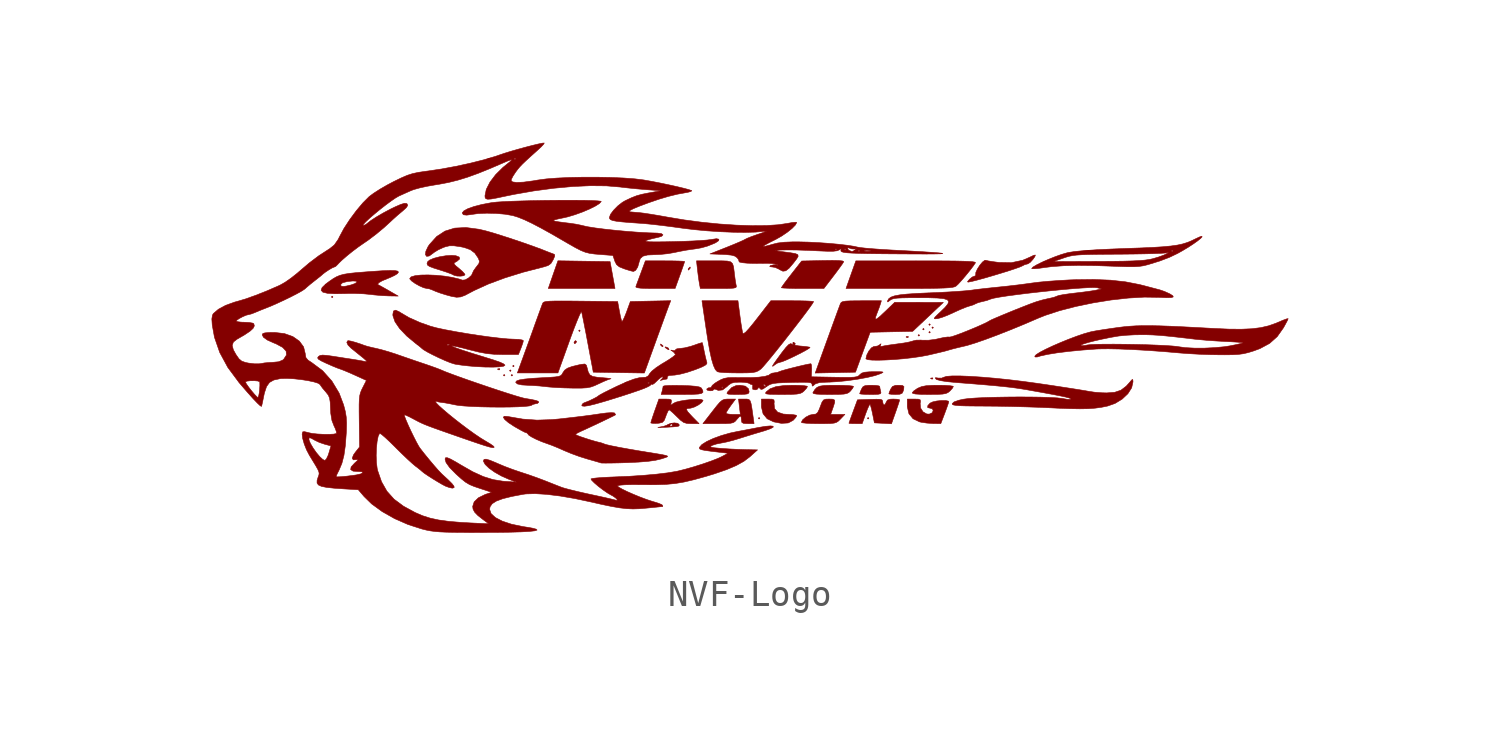
<source format=kicad_sym>
(kicad_symbol_lib
  (version 20220914)
  (generator kicad_symbol_editor)
  (symbol "NVF-Logo"
    (pin_names
      (offset 1.016))
    (property "Reference" "#G"
      (at 0 28.695 0)
      (effects (font (size 1.27 1.27)) hide))
    (symbol "NVF-Logo_0_0"
      (polyline (pts (xy -16.014 5.895) (xy -16.044 5.925) (xy -16.073 5.895) (xy -16.044 5.866) (xy -16.014 5.895)) (stroke (width 0.01) (type default)) (fill (type outline)))
      (polyline (pts (xy -9.444 2.904) (xy -9.474 2.933) (xy -9.503 2.904) (xy -9.474 2.874) (xy -9.444 2.904)) (stroke (width 0.01) (type default)) (fill (type outline)))
      (polyline (pts (xy -9.21 3.08) (xy -9.239 3.109) (xy -9.268 3.08) (xy -9.239 3.05) (xy -9.21 3.08)) (stroke (width 0.01) (type default)) (fill (type outline)))
      (polyline (pts (xy -9.151 2.904) (xy -9.18 2.933) (xy -9.21 2.904) (xy -9.18 2.874) (xy -9.151 2.904)) (stroke (width 0.01) (type default)) (fill (type outline)))
      (polyline (pts (xy -9.092 3.256) (xy -9.122 3.285) (xy -9.151 3.256) (xy -9.122 3.226) (xy -9.092 3.256)) (stroke (width 0.01) (type default)) (fill (type outline)))
      (polyline (pts (xy -6.57 4.605) (xy -6.599 4.634) (xy -6.629 4.605) (xy -6.599 4.575) (xy -6.57 4.605)) (stroke (width 0.01) (type default)) (fill (type outline)))
      (polyline (pts (xy 0.293 1.261) (xy 0.264 1.29) (xy 0.235 1.261) (xy 0.264 1.232) (xy 0.293 1.261)) (stroke (width 0.01) (type default)) (fill (type outline)))
      (polyline (pts (xy 4.458 1.261) (xy 4.429 1.29) (xy 4.4 1.261) (xy 4.429 1.232) (xy 4.458 1.261)) (stroke (width 0.01) (type default)) (fill (type outline)))
      (polyline (pts (xy 6.394 4.429) (xy 6.365 4.458) (xy 6.335 4.429) (xy 6.365 4.399) (xy 6.394 4.429)) (stroke (width 0.01) (type default)) (fill (type outline)))
      (polyline (pts (xy 6.57 4.663) (xy 6.541 4.693) (xy 6.511 4.663) (xy 6.541 4.634) (xy 6.57 4.663)) (stroke (width 0.01) (type default)) (fill (type outline)))
      (polyline (pts (xy 6.805 4.546) (xy 6.775 4.575) (xy 6.746 4.546) (xy 6.775 4.517) (xy 6.805 4.546)) (stroke (width 0.01) (type default)) (fill (type outline)))
      (polyline (pts (xy 6.805 4.84) (xy 6.775 4.869) (xy 6.746 4.84) (xy 6.775 4.81) (xy 6.805 4.84)) (stroke (width 0.01) (type default)) (fill (type outline)))
      (polyline (pts (xy 6.922 4.722) (xy 6.893 4.752) (xy 6.863 4.722) (xy 6.893 4.693) (xy 6.922 4.722)) (stroke (width 0.01) (type default)) (fill (type outline)))
      (polyline (pts (xy -9.648 3.113) (xy -9.64 3.148) (xy -9.648 3.155) (xy -9.718 3.148) (xy -9.727 3.131) (xy -9.679 3.109) (xy -9.648 3.113)) (stroke (width 0.01) (type default)) (fill (type outline)))
      (polyline (pts (xy 5.956 4.345) (xy 5.964 4.38) (xy 5.955 4.387) (xy 5.886 4.38) (xy 5.877 4.362) (xy 5.925 4.341) (xy 5.956 4.345)) (stroke (width 0.01) (type default)) (fill (type outline)))
      (polyline (pts (xy 6.894 2.761) (xy 6.902 2.796) (xy 6.894 2.803) (xy 6.824 2.796) (xy 6.815 2.779) (xy 6.863 2.757) (xy 6.894 2.761)) (stroke (width 0.01) (type default)) (fill (type outline)))
      (polyline (pts (xy -3.402 4.015) (xy -3.408 4.028) (xy -3.47 4.082) (xy -3.503 4.097) (xy -3.496 4.057) (xy -3.488 4.045) (xy -3.43 3.991) (xy -3.402 4.015)) (stroke (width 0.01) (type default)) (fill (type outline)))
      (polyline (pts (xy -3.197 3.93) (xy -3.209 3.946) (xy -3.303 3.988) (xy -3.33 3.977) (xy -3.285 3.93) (xy -3.232 3.897) (xy -3.176 3.877) (xy -3.197 3.93)) (stroke (width 0.01) (type default)) (fill (type outline)))
      (polyline (pts (xy -6.769 4.109) (xy -6.717 4.165) (xy -6.707 4.188) (xy -6.742 4.224) (xy -6.76 4.221) (xy -6.805 4.165) (xy -6.804 4.152) (xy -6.779 4.106) (xy -6.769 4.109)) (stroke (width 0.01) (type default)) (fill (type outline)))
      (polyline (pts (xy -5.334 6.731) (xy -5.428 7.245) (xy -6.425 7.26) (xy -7.42 7.276) (xy -7.605 6.747) (xy -7.789 6.218) (xy -6.515 6.218) (xy -5.24 6.218) (xy -5.334 6.731)) (stroke (width 0.01) (type default)) (fill (type outline)))
      (polyline (pts (xy -2.431 6.925) (xy -2.376 6.981) (xy -2.365 7.001) (xy -2.369 7.039) (xy -2.379 7.037) (xy -2.434 6.981) (xy -2.445 6.96) (xy -2.441 6.922) (xy -2.431 6.925)) (stroke (width 0.01) (type default)) (fill (type outline)))
      (polyline (pts (xy 1.623 4.049) (xy 1.643 4.106) (xy 1.64 4.122) (xy 1.58 4.165) (xy 1.559 4.16) (xy 1.554 4.106) (xy 1.567 4.089) (xy 1.617 4.048) (xy 1.623 4.049)) (stroke (width 0.01) (type default)) (fill (type outline)))
      (polyline (pts (xy 5.641 2.179) (xy 5.729 2.218) (xy 5.77 2.302) (xy 5.788 2.372) (xy 5.796 2.475) (xy 5.735 2.515) (xy 5.582 2.522) (xy 5.472 2.517) (xy 5.359 2.475) (xy 5.289 2.373) (xy 5.242 2.264) (xy 5.221 2.197) (xy 5.231 2.189) (xy 5.323 2.176) (xy 5.478 2.17) (xy 5.641 2.179)) (stroke (width 0.01) (type default)) (fill (type outline)))
      (polyline (pts (xy -0.524 2.171) (xy -0.311 2.175) (xy -0.188 2.19) (xy -0.131 2.222) (xy -0.117 2.276) (xy -0.142 2.387) (xy -0.259 2.488) (xy -0.47 2.522) (xy -0.612 2.51) (xy -0.78 2.436) (xy -0.934 2.273) (xy -0.953 2.246) (xy -0.963 2.205) (xy -0.915 2.182) (xy -0.788 2.172) (xy -0.564 2.17) (xy -0.524 2.171)) (stroke (width 0.01) (type default)) (fill (type outline)))
      (polyline (pts (xy 4.64 2.171) (xy 4.808 2.176) (xy 4.893 2.195) (xy 4.918 2.234) (xy 4.906 2.302) (xy 4.884 2.392) (xy 4.87 2.478) (xy 4.844 2.496) (xy 4.73 2.515) (xy 4.556 2.522) (xy 4.453 2.521) (xy 4.309 2.506) (xy 4.228 2.461) (xy 4.174 2.373) (xy 4.128 2.264) (xy 4.106 2.197) (xy 4.107 2.196) (xy 4.171 2.183) (xy 4.319 2.174) (xy 4.524 2.17) (xy 4.64 2.171)) (stroke (width 0.01) (type default)) (fill (type outline)))
      (polyline (pts (xy -2.577 2.171) (xy -2.268 2.174) (xy -2.058 2.186) (xy -1.934 2.211) (xy -1.881 2.252) (xy -1.886 2.316) (xy -1.934 2.405) (xy -1.949 2.423) (xy -2.022 2.458) (xy -2.159 2.483) (xy -2.378 2.501) (xy -2.696 2.513) (xy -2.705 2.513) (xy -2.977 2.516) (xy -3.198 2.512) (xy -3.348 2.501) (xy -3.403 2.483) (xy -3.411 2.426) (xy -3.439 2.302) (xy -3.475 2.17) (xy -2.676 2.17) (xy -2.577 2.171)) (stroke (width 0.01) (type default)) (fill (type outline)))
      (polyline (pts (xy -2.763 6.72) (xy -2.722 6.832) (xy -2.65 7.037) (xy -2.6 7.184) (xy -2.581 7.248) (xy -2.582 7.249) (xy -2.653 7.259) (xy -2.816 7.267) (xy -3.049 7.272) (xy -3.33 7.274) (xy -4.08 7.274) (xy -4.248 6.819) (xy -4.271 6.756) (xy -4.35 6.543) (xy -4.411 6.378) (xy -4.443 6.291) (xy -4.441 6.271) (xy -4.386 6.246) (xy -4.254 6.229) (xy -4.032 6.221) (xy -3.707 6.218) (xy -2.944 6.218) (xy -2.763 6.72)) (stroke (width 0.01) (type default)) (fill (type outline)))
      (polyline (pts (xy 3.105 6.696) (xy 3.213 6.839) (xy 3.352 7.027) (xy 3.452 7.168) (xy 3.496 7.239) (xy 3.497 7.244) (xy 3.45 7.27) (xy 3.307 7.285) (xy 3.061 7.29) (xy 2.706 7.285) (xy 1.89 7.268) (xy 1.502 6.773) (xy 1.375 6.609) (xy 1.24 6.431) (xy 1.149 6.303) (xy 1.115 6.248) (xy 1.121 6.244) (xy 1.209 6.234) (xy 1.387 6.226) (xy 1.633 6.22) (xy 1.927 6.218) (xy 2.739 6.218) (xy 3.105 6.696)) (stroke (width 0.01) (type default)) (fill (type outline)))
      (polyline (pts (xy -1.133 6.218) (xy -0.883 6.221) (xy -0.724 6.23) (xy -0.637 6.248) (xy -0.605 6.277) (xy -0.608 6.321) (xy -0.621 6.383) (xy -0.648 6.546) (xy -0.675 6.746) (xy -0.688 6.863) (xy -0.712 7.048) (xy -0.75 7.167) (xy -0.822 7.235) (xy -0.948 7.266) (xy -1.15 7.274) (xy -1.449 7.274) (xy -2.127 7.274) (xy -2.086 6.907) (xy -2.065 6.735) (xy -2.036 6.525) (xy -2.012 6.379) (xy -1.98 6.218) (xy -1.279 6.218) (xy -1.133 6.218)) (stroke (width 0.01) (type default)) (fill (type outline)))
      (polyline (pts (xy 1.259 2.171) (xy 1.526 2.174) (xy 1.706 2.185) (xy 1.826 2.207) (xy 1.908 2.243) (xy 1.976 2.298) (xy 1.979 2.301) (xy 2.073 2.404) (xy 2.112 2.474) (xy 2.092 2.487) (xy 1.981 2.505) (xy 1.792 2.518) (xy 1.553 2.522) (xy 1.212 2.511) (xy 0.905 2.468) (xy 0.684 2.388) (xy 0.535 2.268) (xy 0.519 2.245) (xy 0.511 2.211) (xy 0.554 2.189) (xy 0.663 2.177) (xy 0.855 2.172) (xy 1.148 2.17) (xy 1.259 2.171)) (stroke (width 0.01) (type default)) (fill (type outline)))
      (polyline (pts (xy 1.378 1.082) (xy 1.565 1.183) (xy 1.569 1.187) (xy 1.662 1.289) (xy 1.701 1.359) (xy 1.672 1.379) (xy 1.555 1.4) (xy 1.379 1.408) (xy 1.186 1.422) (xy 0.971 1.496) (xy 0.853 1.63) (xy 0.835 1.824) (xy 0.843 1.886) (xy 0.832 1.961) (xy 0.763 1.99) (xy 0.606 1.994) (xy 0.352 1.994) (xy 0.352 1.734) (xy 0.353 1.693) (xy 0.416 1.433) (xy 0.573 1.241) (xy 0.821 1.123) (xy 1.117 1.066) (xy 1.378 1.082)) (stroke (width 0.01) (type default)) (fill (type outline)))
      (polyline (pts (xy 3.063 2.171) (xy 3.325 2.174) (xy 3.501 2.184) (xy 3.615 2.206) (xy 3.691 2.243) (xy 3.752 2.299) (xy 3.835 2.402) (xy 3.872 2.475) (xy 3.826 2.492) (xy 3.684 2.508) (xy 3.47 2.518) (xy 3.206 2.522) (xy 2.978 2.521) (xy 2.741 2.512) (xy 2.581 2.487) (xy 2.474 2.439) (xy 2.396 2.361) (xy 2.323 2.244) (xy 2.318 2.229) (xy 2.352 2.201) (xy 2.46 2.183) (xy 2.657 2.173) (xy 2.957 2.17) (xy 3.063 2.171)) (stroke (width 0.01) (type default)) (fill (type outline)))
      (polyline (pts (xy 6.808 2.171) (xy 7.084 2.173) (xy 7.271 2.184) (xy 7.394 2.205) (xy 7.479 2.242) (xy 7.549 2.298) (xy 7.552 2.301) (xy 7.646 2.404) (xy 7.685 2.474) (xy 7.662 2.487) (xy 7.547 2.505) (xy 7.355 2.518) (xy 7.112 2.522) (xy 6.881 2.519) (xy 6.643 2.503) (xy 6.472 2.47) (xy 6.338 2.414) (xy 6.303 2.395) (xy 6.176 2.308) (xy 6.114 2.239) (xy 6.135 2.209) (xy 6.24 2.187) (xy 6.443 2.174) (xy 6.752 2.17) (xy 6.808 2.171)) (stroke (width 0.01) (type default)) (fill (type outline)))
      (polyline (pts (xy 0.86 3.3) (xy 0.958 3.366) (xy 1.071 3.402) (xy 1.139 3.42) (xy 1.283 3.477) (xy 1.472 3.563) (xy 1.682 3.664) (xy 1.885 3.767) (xy 2.058 3.861) (xy 2.175 3.933) (xy 2.21 3.969) (xy 2.18 3.98) (xy 2.058 3.999) (xy 1.882 4.016) (xy 1.773 4.027) (xy 1.604 4.059) (xy 1.504 4.099) (xy 1.469 4.112) (xy 1.397 4.077) (xy 1.289 3.966) (xy 1.133 3.768) (xy 1.091 3.71) (xy 0.953 3.522) (xy 0.846 3.371) (xy 0.79 3.285) (xy 0.781 3.268) (xy 0.784 3.242) (xy 0.86 3.3)) (stroke (width 0.01) (type default)) (fill (type outline)))
      (polyline (pts (xy -3.344 0.915) (xy -3.255 0.919) (xy -3.021 0.932) (xy -2.878 0.945) (xy -2.807 0.962) (xy -2.786 0.989) (xy -2.795 1.029) (xy -2.853 1.07) (xy -2.98 1.084) (xy -3.126 1.062) (xy -3.242 1.009) (xy -3.258 0.998) (xy -3.26 0.997) (xy -3.138 0.997) (xy -3.126 1.015) (xy -3.076 1.056) (xy -3.07 1.054) (xy -3.05 0.997) (xy -3.053 0.981) (xy -3.112 0.939) (xy -3.134 0.943) (xy -3.138 0.997) (xy -3.26 0.997) (xy -3.381 0.953) (xy -3.55 0.921) (xy -3.584 0.917) (xy -3.602 0.909) (xy -3.518 0.909) (xy -3.344 0.915)) (stroke (width 0.01) (type default)) (fill (type outline)))
      (polyline (pts (xy 5.832 6.218) (xy 6.35 6.219) (xy 6.768 6.222) (xy 7.095 6.228) (xy 7.343 6.236) (xy 7.525 6.247) (xy 7.651 6.262) (xy 7.733 6.282) (xy 7.783 6.306) (xy 7.864 6.38) (xy 7.997 6.525) (xy 8.153 6.707) (xy 8.31 6.9) (xy 8.443 7.074) (xy 8.529 7.201) (xy 8.53 7.207) (xy 8.503 7.225) (xy 8.42 7.24) (xy 8.273 7.252) (xy 8.053 7.26) (xy 7.751 7.267) (xy 7.358 7.271) (xy 6.866 7.273) (xy 6.266 7.274) (xy 3.96 7.273) (xy 3.772 6.746) (xy 3.585 6.218) (xy 5.622 6.218) (xy 5.832 6.218)) (stroke (width 0.01) (type default)) (fill (type outline)))
      (polyline (pts (xy -11.019 6.706) (xy -10.97 6.743) (xy -10.985 6.776) (xy -11.07 6.87) (xy -11.204 6.987) (xy -11.32 7.083) (xy -11.387 7.154) (xy -11.38 7.198) (xy -11.311 7.239) (xy -11.275 7.259) (xy -11.176 7.345) (xy -11.191 7.419) (xy -11.319 7.47) (xy -11.48 7.483) (xy -11.704 7.468) (xy -11.941 7.429) (xy -12.158 7.372) (xy -12.323 7.304) (xy -12.403 7.233) (xy -12.42 7.169) (xy -12.402 7.112) (xy -12.326 7.06) (xy -12.173 7.001) (xy -11.926 6.923) (xy -11.865 6.904) (xy -11.653 6.834) (xy -11.492 6.774) (xy -11.412 6.735) (xy -11.388 6.721) (xy -11.276 6.694) (xy -11.137 6.689) (xy -11.019 6.706)) (stroke (width 0.01) (type default)) (fill (type outline)))
      (polyline (pts (xy 2.778 1.056) (xy 2.99 1.061) (xy 3.131 1.076) (xy 3.224 1.106) (xy 3.297 1.156) (xy 3.373 1.232) (xy 3.542 1.408) (xy 3.269 1.408) (xy 2.997 1.408) (xy 3.082 1.65) (xy 3.1 1.7) (xy 3.151 1.867) (xy 3.148 1.955) (xy 3.08 1.989) (xy 2.936 1.994) (xy 2.813 1.99) (xy 2.725 1.959) (xy 2.665 1.872) (xy 2.599 1.701) (xy 2.562 1.602) (xy 2.499 1.476) (xy 2.428 1.42) (xy 2.322 1.408) (xy 2.197 1.381) (xy 2.047 1.303) (xy 1.927 1.201) (xy 1.877 1.104) (xy 1.923 1.087) (xy 2.064 1.071) (xy 2.277 1.06) (xy 2.541 1.056) (xy 2.778 1.056)) (stroke (width 0.01) (type default)) (fill (type outline)))
      (polyline (pts (xy 3.176 3.005) (xy 3.946 3.021) (xy 4.226 3.784) (xy 4.506 4.546) (xy 5.318 4.564) (xy 6.13 4.581) (xy 6.717 5.133) (xy 7.303 5.685) (xy 6.374 5.688) (xy 5.445 5.69) (xy 5.069 5.329) (xy 5.053 5.314) (xy 4.867 5.141) (xy 4.754 5.054) (xy 4.706 5.049) (xy 4.715 5.128) (xy 4.774 5.287) (xy 4.777 5.295) (xy 4.845 5.47) (xy 4.895 5.617) (xy 4.935 5.749) (xy 4.175 5.749) (xy 4.031 5.748) (xy 3.759 5.745) (xy 3.576 5.736) (xy 3.464 5.718) (xy 3.403 5.689) (xy 3.374 5.646) (xy 3.366 5.626) (xy 3.315 5.49) (xy 3.23 5.26) (xy 3.116 4.947) (xy 2.977 4.564) (xy 2.817 4.122) (xy 2.641 3.635) (xy 2.407 2.988) (xy 3.176 3.005)) (stroke (width 0.01) (type default)) (fill (type outline)))
      (polyline (pts (xy 7.357 1.453) (xy 7.364 1.473) (xy 7.437 1.671) (xy 7.489 1.821) (xy 7.509 1.893) (xy 7.487 1.918) (xy 7.383 1.939) (xy 7.224 1.938) (xy 7.048 1.92) (xy 6.893 1.885) (xy 6.795 1.839) (xy 6.707 1.74) (xy 6.705 1.667) (xy 6.809 1.643) (xy 6.888 1.618) (xy 6.914 1.547) (xy 6.87 1.467) (xy 6.764 1.419) (xy 6.667 1.425) (xy 6.524 1.508) (xy 6.431 1.653) (xy 6.416 1.825) (xy 6.428 1.896) (xy 6.419 1.964) (xy 6.348 1.99) (xy 6.187 1.994) (xy 5.925 1.994) (xy 5.925 1.734) (xy 5.926 1.693) (xy 5.988 1.433) (xy 6.146 1.241) (xy 6.394 1.123) (xy 6.464 1.107) (xy 6.678 1.076) (xy 6.902 1.061) (xy 7.205 1.056) (xy 7.357 1.453)) (stroke (width 0.01) (type default)) (fill (type outline)))
      (polyline (pts (xy 8.361 6.482) (xy 8.4 6.49) (xy 8.613 6.544) (xy 8.882 6.618) (xy 9.182 6.705) (xy 9.489 6.797) (xy 9.779 6.887) (xy 10.028 6.969) (xy 10.212 7.034) (xy 10.307 7.075) (xy 10.409 7.127) (xy 10.517 7.157) (xy 10.529 7.158) (xy 10.621 7.217) (xy 10.726 7.333) (xy 10.797 7.435) (xy 10.818 7.496) (xy 10.755 7.486) (xy 10.6 7.411) (xy 10.333 7.296) (xy 9.899 7.204) (xy 9.423 7.213) (xy 9.414 7.214) (xy 9.195 7.243) (xy 9.016 7.272) (xy 8.916 7.296) (xy 8.886 7.294) (xy 8.797 7.228) (xy 8.695 7.105) (xy 8.602 6.96) (xy 8.542 6.828) (xy 8.538 6.741) (xy 8.544 6.716) (xy 8.489 6.687) (xy 8.405 6.656) (xy 8.296 6.566) (xy 8.296 6.564) (xy 8.226 6.481) (xy 8.243 6.46) (xy 8.361 6.482)) (stroke (width 0.01) (type default)) (fill (type outline)))
      (polyline (pts (xy 5.476 1.488) (xy 5.495 1.541) (xy 5.564 1.742) (xy 5.613 1.892) (xy 5.631 1.96) (xy 5.625 1.968) (xy 5.54 1.987) (xy 5.391 1.994) (xy 5.274 1.989) (xy 5.167 1.956) (xy 5.12 1.877) (xy 5.12 1.873) (xy 5.067 1.775) (xy 5.012 1.777) (xy 4.986 1.879) (xy 4.983 1.92) (xy 4.957 1.963) (xy 4.885 1.984) (xy 4.741 1.988) (xy 4.504 1.982) (xy 4.022 1.965) (xy 3.859 1.525) (xy 3.837 1.465) (xy 3.765 1.269) (xy 3.715 1.128) (xy 3.696 1.071) (xy 3.706 1.067) (xy 3.795 1.059) (xy 3.949 1.056) (xy 4.202 1.056) (xy 4.337 1.44) (xy 4.343 1.455) (xy 4.413 1.637) (xy 4.47 1.758) (xy 4.503 1.794) (xy 4.522 1.747) (xy 4.559 1.611) (xy 4.6 1.425) (xy 4.668 1.085) (xy 4.994 1.068) (xy 5.321 1.05) (xy 5.476 1.488)) (stroke (width 0.01) (type default)) (fill (type outline)))
      (polyline (pts (xy -0.998 1.058) (xy -0.832 1.069) (xy -0.726 1.093) (xy -0.657 1.135) (xy -0.597 1.202) (xy -0.593 1.208) (xy -0.503 1.308) (xy -0.446 1.349) (xy -0.423 1.313) (xy -0.411 1.202) (xy -0.41 1.183) (xy -0.393 1.099) (xy -0.323 1.063) (xy -0.169 1.056) (xy 0.072 1.056) (xy 0.033 1.335) (xy 0.029 1.363) (xy -0.01 1.638) (xy -0.042 1.819) (xy -0.077 1.926) (xy -0.124 1.977) (xy -0.194 1.993) (xy -0.297 1.994) (xy -0.522 1.994) (xy -0.488 1.701) (xy -0.453 1.408) (xy -0.725 1.408) (xy -0.811 1.41) (xy -0.945 1.427) (xy -0.997 1.455) (xy -0.985 1.49) (xy -0.919 1.6) (xy -0.816 1.748) (xy -0.635 1.994) (xy -0.895 1.994) (xy -0.948 1.994) (xy -1.054 1.985) (xy -1.142 1.95) (xy -1.234 1.874) (xy -1.351 1.738) (xy -1.518 1.525) (xy -1.882 1.056) (xy -1.297 1.056) (xy -1.253 1.056) (xy -0.998 1.058)) (stroke (width 0.01) (type default)) (fill (type outline)))
      (polyline (pts (xy -6.501 2.413) (xy -6.313 2.425) (xy -6.165 2.454) (xy -6.024 2.504) (xy -5.857 2.581) (xy -5.664 2.67) (xy -5.498 2.738) (xy -5.401 2.768) (xy -5.393 2.769) (xy -5.426 2.78) (xy -5.549 2.795) (xy -5.743 2.812) (xy -5.91 2.826) (xy -6.091 2.858) (xy -6.199 2.918) (xy -6.261 3.022) (xy -6.305 3.189) (xy -6.334 3.288) (xy -6.395 3.334) (xy -6.526 3.32) (xy -6.619 3.301) (xy -6.88 3.238) (xy -7.053 3.175) (xy -7.162 3.1) (xy -7.228 3.005) (xy -7.23 3.001) (xy -7.266 2.936) (xy -7.312 2.89) (xy -7.392 2.86) (xy -7.525 2.84) (xy -7.733 2.824) (xy -8.037 2.808) (xy -8.387 2.787) (xy -8.685 2.759) (xy -8.886 2.727) (xy -8.998 2.687) (xy -9.034 2.639) (xy -9.034 2.635) (xy -8.973 2.573) (xy -8.801 2.534) (xy -8.516 2.517) (xy -8.405 2.513) (xy -8.121 2.494) (xy -7.861 2.466) (xy -7.738 2.453) (xy -7.486 2.435) (xy -7.185 2.421) (xy -6.879 2.413) (xy -6.761 2.412) (xy -6.501 2.413)) (stroke (width 0.01) (type default)) (fill (type outline)))
      (polyline (pts (xy -0.384 2.993) (xy -0.138 2.997) (xy 0.031 3.009) (xy 0.148 3.034) (xy 0.239 3.076) (xy 0.329 3.139) (xy 0.341 3.15) (xy 0.429 3.244) (xy 0.57 3.409) (xy 0.752 3.629) (xy 0.964 3.892) (xy 1.194 4.181) (xy 1.43 4.482) (xy 1.662 4.781) (xy 1.878 5.062) (xy 2.066 5.311) (xy 2.214 5.513) (xy 2.311 5.654) (xy 2.346 5.718) (xy 2.34 5.721) (xy 2.25 5.732) (xy 2.071 5.741) (xy 1.824 5.747) (xy 1.529 5.749) (xy 0.712 5.749) (xy 0.195 5.081) (xy 0.06 4.909) (xy -0.12 4.689) (xy -0.246 4.553) (xy -0.323 4.496) (xy -0.358 4.509) (xy -0.37 4.552) (xy -0.398 4.703) (xy -0.433 4.921) (xy -0.468 5.177) (xy -0.543 5.749) (xy -1.23 5.749) (xy -1.918 5.749) (xy -1.755 4.643) (xy -1.701 4.29) (xy -1.625 3.855) (xy -1.553 3.522) (xy -1.481 3.281) (xy -1.409 3.123) (xy -1.332 3.039) (xy -1.253 3.022) (xy -1.081 3.007) (xy -0.842 2.997) (xy -0.563 2.993) (xy -0.384 2.993)) (stroke (width 0.01) (type default)) (fill (type outline)))
      (polyline (pts (xy -2.276 1.307) (xy -2.328 1.362) (xy -2.46 1.507) (xy -2.51 1.592) (xy -2.486 1.632) (xy -2.39 1.643) (xy -2.347 1.647) (xy -2.201 1.693) (xy -2.048 1.773) (xy -1.926 1.864) (xy -1.877 1.942) (xy -1.88 1.951) (xy -1.954 1.979) (xy -2.107 1.987) (xy -2.309 1.977) (xy -2.531 1.954) (xy -2.742 1.919) (xy -2.913 1.876) (xy -3.015 1.827) (xy -3.077 1.777) (xy -3.111 1.772) (xy -3.094 1.863) (xy -3.087 1.893) (xy -3.091 1.961) (xy -3.157 1.989) (xy -3.312 1.994) (xy -3.563 1.994) (xy -3.717 1.56) (xy -3.735 1.51) (xy -3.804 1.308) (xy -3.853 1.157) (xy -3.872 1.087) (xy -3.864 1.078) (xy -3.777 1.064) (xy -3.627 1.067) (xy -3.552 1.074) (xy -3.43 1.103) (xy -3.36 1.179) (xy -3.299 1.335) (xy -3.274 1.407) (xy -3.217 1.534) (xy -3.175 1.584) (xy -3.125 1.553) (xy -3.015 1.457) (xy -2.874 1.32) (xy -2.736 1.186) (xy -2.616 1.1) (xy -2.493 1.063) (xy -2.322 1.056) (xy -2.029 1.056) (xy -2.276 1.307)) (stroke (width 0.01) (type default)) (fill (type outline)))
      (polyline (pts (xy -13.873 6.131) (xy -13.874 6.131) (xy -14.059 6.237) (xy -14.206 6.319) (xy -14.284 6.359) (xy -14.305 6.378) (xy -14.268 6.435) (xy -14.13 6.514) (xy -13.902 6.608) (xy -13.824 6.639) (xy -13.659 6.717) (xy -13.555 6.782) (xy -13.551 6.786) (xy -13.511 6.843) (xy -13.54 6.881) (xy -13.647 6.902) (xy -13.841 6.906) (xy -14.132 6.895) (xy -14.53 6.869) (xy -14.766 6.851) (xy -15.12 6.823) (xy -15.388 6.795) (xy -15.591 6.762) (xy -15.748 6.72) (xy -15.879 6.665) (xy -16.006 6.592) (xy -16.147 6.495) (xy -16.292 6.387) (xy -16.321 6.358) (xy -15.721 6.358) (xy -15.72 6.369) (xy -15.648 6.437) (xy -15.461 6.484) (xy -15.256 6.505) (xy -15.13 6.498) (xy -15.095 6.466) (xy -15.164 6.412) (xy -15.176 6.406) (xy -15.322 6.354) (xy -15.501 6.311) (xy -15.603 6.296) (xy -15.696 6.304) (xy -15.721 6.358) (xy -16.321 6.358) (xy -16.43 6.252) (xy -16.466 6.149) (xy -16.399 6.077) (xy -16.225 6.034) (xy -15.941 6.017) (xy -15.545 6.024) (xy -15.458 6.027) (xy -15.149 6.027) (xy -14.846 6.015) (xy -14.606 5.993) (xy -14.432 5.972) (xy -14.136 5.946) (xy -13.873 5.934) (xy -13.521 5.928) (xy -13.873 6.131)) (stroke (width 0.01) (type default)) (fill (type outline)))
      (polyline (pts (xy -4.06 3.152) (xy -4.055 3.166) (xy -3.963 3.421) (xy -3.853 3.727) (xy -3.731 4.063) (xy -3.606 4.409) (xy -3.483 4.745) (xy -3.372 5.051) (xy -3.278 5.308) (xy -3.21 5.493) (xy -3.174 5.589) (xy -3.111 5.752) (xy -3.882 5.736) (xy -4.654 5.719) (xy -4.799 5.322) (xy -4.809 5.294) (xy -4.883 5.112) (xy -4.942 4.991) (xy -4.975 4.956) (xy -4.998 5.014) (xy -5.034 5.158) (xy -5.072 5.353) (xy -5.139 5.719) (xy -6.552 5.735) (xy -6.921 5.739) (xy -7.281 5.741) (xy -7.549 5.739) (xy -7.739 5.733) (xy -7.866 5.722) (xy -7.943 5.704) (xy -7.985 5.68) (xy -8.006 5.647) (xy -8.007 5.643) (xy -8.045 5.543) (xy -8.112 5.359) (xy -8.2 5.116) (xy -8.3 4.84) (xy -8.39 4.587) (xy -8.523 4.22) (xy -8.653 3.862) (xy -8.761 3.564) (xy -8.97 2.992) (xy -8.195 2.992) (xy -7.42 2.993) (xy -6.984 4.206) (xy -6.922 4.377) (xy -6.8 4.703) (xy -6.692 4.977) (xy -6.606 5.183) (xy -6.546 5.307) (xy -6.519 5.334) (xy -6.518 5.332) (xy -6.497 5.244) (xy -6.459 5.06) (xy -6.408 4.801) (xy -6.346 4.487) (xy -6.28 4.136) (xy -6.07 3.021) (xy -5.094 3.005) (xy -4.119 2.989) (xy -4.06 3.152)) (stroke (width 0.01) (type default)) (fill (type outline)))
      (polyline (pts (xy -9.655 3.224) (xy -9.5 3.248) (xy -9.444 3.284) (xy -9.447 3.296) (xy -9.502 3.342) (xy -9.634 3.402) (xy -9.855 3.48) (xy -10.178 3.581) (xy -10.236 3.599) (xy -10.683 3.737) (xy -11.035 3.85) (xy -11.288 3.938) (xy -11.438 3.997) (xy -11.479 4.027) (xy -11.418 4.024) (xy -11.267 3.994) (xy -11.048 3.942) (xy -10.786 3.874) (xy -10.439 3.788) (xy -10.138 3.732) (xy -9.85 3.704) (xy -9.524 3.696) (xy -8.929 3.696) (xy -8.835 3.931) (xy -8.812 3.991) (xy -8.761 4.138) (xy -8.74 4.225) (xy -8.787 4.252) (xy -8.921 4.274) (xy -9.112 4.282) (xy -9.334 4.292) (xy -9.658 4.323) (xy -10.048 4.37) (xy -10.476 4.43) (xy -10.916 4.498) (xy -11.344 4.571) (xy -11.733 4.644) (xy -12.057 4.714) (xy -12.29 4.777) (xy -12.681 4.915) (xy -13.104 5.103) (xy -13.438 5.299) (xy -13.476 5.325) (xy -13.619 5.39) (xy -13.701 5.359) (xy -13.726 5.229) (xy -13.723 5.175) (xy -13.643 4.944) (xy -13.464 4.684) (xy -13.196 4.403) (xy -12.847 4.114) (xy -12.81 4.087) (xy -11.654 4.087) (xy -11.645 4.094) (xy -11.576 4.087) (xy -11.566 4.069) (xy -11.615 4.048) (xy -11.646 4.052) (xy -11.654 4.087) (xy -12.81 4.087) (xy -12.793 4.074) (xy -12.674 3.979) (xy -12.612 3.924) (xy -12.555 3.879) (xy -12.407 3.791) (xy -12.202 3.684) (xy -11.968 3.571) (xy -11.735 3.466) (xy -11.532 3.384) (xy -11.387 3.337) (xy -11.328 3.324) (xy -11.112 3.291) (xy -10.84 3.26) (xy -10.559 3.235) (xy -10.547 3.235) (xy -10.195 3.217) (xy -9.893 3.214) (xy -9.655 3.224)) (stroke (width 0.01) (type default)) (fill (type outline)))
      (polyline (pts (xy -11.135 5.896) (xy -10.97 5.957) (xy -10.752 6.072) (xy -10.61 6.146) (xy -10.076 6.389) (xy -9.449 6.622) (xy -8.747 6.84) (xy -7.991 7.035) (xy -7.977 7.038) (xy -7.797 7.094) (xy -7.687 7.174) (xy -7.606 7.309) (xy -7.59 7.341) (xy -7.542 7.459) (xy -7.549 7.515) (xy -7.611 7.545) (xy -7.683 7.57) (xy -7.831 7.627) (xy -8.045 7.712) (xy -8.374 7.834) (xy -8.757 7.968) (xy -9.162 8.105) (xy -9.556 8.233) (xy -9.908 8.343) (xy -10.187 8.422) (xy -10.437 8.481) (xy -10.935 8.547) (xy -11.365 8.524) (xy -11.734 8.41) (xy -12.052 8.203) (xy -12.325 7.901) (xy -12.381 7.818) (xy -12.465 7.641) (xy -12.482 7.512) (xy -12.437 7.446) (xy -12.337 7.459) (xy -12.189 7.566) (xy -12.149 7.598) (xy -11.99 7.696) (xy -11.803 7.782) (xy -11.718 7.812) (xy -11.562 7.849) (xy -11.393 7.849) (xy -11.162 7.817) (xy -11.018 7.788) (xy -10.771 7.703) (xy -10.596 7.573) (xy -10.465 7.381) (xy -10.46 7.371) (xy -10.418 7.262) (xy -10.438 7.172) (xy -10.53 7.049) (xy -10.555 7.019) (xy -10.641 6.898) (xy -10.676 6.821) (xy -10.72 6.724) (xy -10.831 6.622) (xy -10.962 6.548) (xy -11.069 6.537) (xy -11.196 6.58) (xy -11.465 6.644) (xy -11.766 6.692) (xy -12.08 6.723) (xy -12.384 6.736) (xy -12.657 6.731) (xy -12.879 6.706) (xy -13.027 6.662) (xy -13.081 6.597) (xy -13.079 6.584) (xy -13.01 6.506) (xy -12.875 6.41) (xy -12.709 6.317) (xy -12.547 6.246) (xy -12.425 6.218) (xy -12.331 6.204) (xy -12.183 6.148) (xy -12.093 6.108) (xy -11.913 6.042) (xy -11.703 5.976) (xy -11.475 5.914) (xy -11.289 5.883) (xy -11.135 5.896)) (stroke (width 0.01) (type default)) (fill (type outline)))
      (polyline (pts (xy -5.379 -0.45) (xy -5.095 -0.444) (xy -4.77 -0.434) (xy -4.346 -0.414) (xy -3.978 -0.385) (xy -3.694 -0.345) (xy -3.48 -0.294) (xy -3.439 -0.281) (xy -3.313 -0.241) (xy -3.241 -0.211) (xy -3.233 -0.185) (xy -3.299 -0.158) (xy -3.45 -0.127) (xy -3.696 -0.085) (xy -4.048 -0.029) (xy -4.309 0.014) (xy -4.73 0.086) (xy -5.089 0.151) (xy -5.373 0.208) (xy -5.568 0.253) (xy -5.661 0.283) (xy -5.675 0.291) (xy -5.79 0.33) (xy -5.832 0.338) (xy -5.982 0.376) (xy -6.174 0.432) (xy -6.378 0.497) (xy -6.561 0.559) (xy -6.695 0.61) (xy -6.746 0.639) (xy -6.744 0.645) (xy -6.682 0.694) (xy -6.555 0.757) (xy -6.485 0.788) (xy -6.314 0.866) (xy -6.097 0.967) (xy -5.861 1.078) (xy -5.631 1.188) (xy -5.431 1.285) (xy -5.287 1.356) (xy -5.225 1.389) (xy -5.219 1.401) (xy -5.254 1.46) (xy -5.27 1.467) (xy -5.383 1.475) (xy -5.571 1.463) (xy -5.807 1.432) (xy -5.846 1.426) (xy -6.154 1.381) (xy -6.496 1.336) (xy -6.899 1.288) (xy -7.391 1.233) (xy -7.652 1.209) (xy -8.22 1.19) (xy -8.764 1.229) (xy -9.342 1.329) (xy -9.344 1.329) (xy -9.473 1.338) (xy -9.506 1.296) (xy -9.45 1.212) (xy -9.31 1.093) (xy -9.092 0.95) (xy -9.033 0.916) (xy -8.843 0.808) (xy -8.697 0.732) (xy -8.622 0.704) (xy -8.609 0.703) (xy -8.564 0.656) (xy -8.537 0.619) (xy -8.424 0.545) (xy -8.249 0.456) (xy -8.042 0.367) (xy -7.831 0.291) (xy -7.828 0.29) (xy -7.653 0.227) (xy -7.423 0.133) (xy -7.186 0.028) (xy -6.917 -0.084) (xy -6.6 -0.2) (xy -6.306 -0.292) (xy -6.236 -0.312) (xy -6.022 -0.373) (xy -5.859 -0.42) (xy -5.778 -0.446) (xy -5.741 -0.45) (xy -5.601 -0.452) (xy -5.379 -0.45)) (stroke (width 0.01) (type default)) (fill (type outline)))
      (polyline (pts (xy 10.94 6.986) (xy 11.16 7.017) (xy 11.447 7.054) (xy 11.903 7.087) (xy 12.449 7.1) (xy 13.093 7.093) (xy 13.844 7.066) (xy 13.998 7.06) (xy 14.332 7.049) (xy 14.585 7.049) (xy 14.781 7.061) (xy 14.946 7.086) (xy 15.105 7.125) (xy 15.119 7.129) (xy 15.57 7.268) (xy 15.936 7.407) (xy 16.249 7.557) (xy 16.432 7.659) (xy 16.659 7.795) (xy 16.857 7.925) (xy 17.018 8.04) (xy 17.131 8.132) (xy 17.187 8.192) (xy 17.174 8.213) (xy 17.083 8.185) (xy 16.905 8.101) (xy 16.784 8.042) (xy 16.621 7.975) (xy 16.444 7.92) (xy 16.241 7.876) (xy 15.994 7.841) (xy 15.69 7.812) (xy 15.314 7.788) (xy 14.85 7.767) (xy 14.284 7.747) (xy 13.726 7.725) (xy 13.146 7.697) (xy 12.678 7.665) (xy 12.573 7.655) (xy 16.014 7.655) (xy 16.044 7.684) (xy 16.073 7.655) (xy 16.044 7.626) (xy 16.014 7.655) (xy 12.573 7.655) (xy 12.323 7.631) (xy 12.084 7.594) (xy 12.028 7.581) (xy 11.813 7.518) (xy 11.566 7.43) (xy 11.309 7.327) (xy 11.122 7.245) (xy 11.5 7.245) (xy 11.895 7.382) (xy 12.003 7.418) (xy 12.116 7.45) (xy 12.238 7.475) (xy 12.384 7.493) (xy 12.57 7.506) (xy 12.811 7.515) (xy 13.122 7.521) (xy 13.52 7.525) (xy 14.02 7.528) (xy 14.139 7.529) (xy 14.576 7.534) (xy 14.974 7.541) (xy 15.318 7.55) (xy 15.592 7.561) (xy 15.781 7.573) (xy 15.868 7.586) (xy 15.884 7.592) (xy 15.901 7.59) (xy 15.826 7.541) (xy 15.718 7.491) (xy 15.52 7.419) (xy 15.298 7.354) (xy 15.165 7.325) (xy 15 7.302) (xy 14.79 7.284) (xy 14.521 7.271) (xy 14.178 7.261) (xy 13.748 7.255) (xy 13.215 7.252) (xy 11.5 7.245) (xy 11.122 7.245) (xy 11.068 7.221) (xy 10.867 7.121) (xy 10.728 7.038) (xy 10.676 6.982) (xy 10.684 6.976) (xy 10.772 6.972) (xy 10.94 6.986)) (stroke (width 0.01) (type default)) (fill (type outline)))
      (polyline (pts (xy 12.835 1.627) (xy 13.103 1.647) (xy 13.344 1.68) (xy 13.579 1.728) (xy 13.86 1.827) (xy 14.131 1.992) (xy 14.35 2.198) (xy 14.495 2.424) (xy 14.546 2.651) (xy 14.545 2.681) (xy 14.536 2.743) (xy 14.497 2.725) (xy 14.408 2.62) (xy 14.289 2.488) (xy 14.086 2.333) (xy 13.848 2.253) (xy 13.539 2.229) (xy 13.345 2.235) (xy 13.08 2.256) (xy 12.864 2.288) (xy 12.864 2.288) (xy 12.731 2.312) (xy 12.501 2.35) (xy 12.191 2.399) (xy 11.82 2.456) (xy 11.407 2.519) (xy 10.97 2.583) (xy 10.896 2.594) (xy 10.328 2.671) (xy 9.773 2.738) (xy 9.242 2.792) (xy 8.75 2.834) (xy 8.309 2.863) (xy 7.933 2.878) (xy 7.633 2.877) (xy 7.423 2.861) (xy 7.317 2.827) (xy 7.235 2.794) (xy 7.095 2.797) (xy 7.051 2.807) (xy 6.99 2.806) (xy 7.022 2.756) (xy 7.053 2.737) (xy 7.196 2.698) (xy 7.426 2.661) (xy 7.726 2.632) (xy 7.867 2.62) (xy 8.428 2.576) (xy 8.891 2.538) (xy 9.273 2.504) (xy 9.587 2.473) (xy 9.851 2.444) (xy 10.08 2.414) (xy 10.289 2.383) (xy 10.495 2.349) (xy 10.638 2.323) (xy 11.115 2.238) (xy 11.49 2.169) (xy 11.771 2.115) (xy 11.97 2.072) (xy 12.096 2.039) (xy 12.16 2.014) (xy 12.172 1.995) (xy 12.146 1.983) (xy 12.032 1.985) (xy 11.865 2.013) (xy 11.842 2.017) (xy 11.653 2.039) (xy 11.372 2.055) (xy 11.018 2.067) (xy 10.613 2.073) (xy 10.177 2.075) (xy 9.731 2.071) (xy 9.295 2.063) (xy 8.89 2.051) (xy 8.536 2.034) (xy 8.255 2.013) (xy 8.066 1.988) (xy 7.896 1.95) (xy 7.711 1.885) (xy 7.64 1.819) (xy 7.647 1.79) (xy 7.691 1.768) (xy 7.784 1.752) (xy 7.942 1.74) (xy 8.176 1.732) (xy 8.501 1.728) (xy 8.93 1.725) (xy 9.363 1.721) (xy 9.896 1.711) (xy 10.445 1.696) (xy 10.964 1.679) (xy 11.409 1.659) (xy 11.667 1.646) (xy 12.137 1.628) (xy 12.519 1.621) (xy 12.835 1.627)) (stroke (width 0.01) (type default)) (fill (type outline)))
      (polyline (pts (xy -6.246 1.743) (xy -6 1.803) (xy -5.661 1.899) (xy -5.221 2.034) (xy -4.831 2.158) (xy -4.476 2.276) (xy -4.212 2.369) (xy -4.028 2.443) (xy -3.914 2.502) (xy -3.858 2.55) (xy -3.839 2.571) (xy -3.814 2.558) (xy -3.804 2.551) (xy -3.739 2.593) (xy -3.632 2.694) (xy -3.577 2.749) (xy -3.472 2.831) (xy -3.414 2.847) (xy -3.407 2.816) (xy -3.463 2.748) (xy -3.475 2.739) (xy -3.51 2.705) (xy -3.442 2.722) (xy -3.377 2.74) (xy -3.274 2.757) (xy -3.251 2.764) (xy -3.242 2.83) (xy -3.243 2.858) (xy -3.173 2.894) (xy -2.999 2.908) (xy -2.959 2.91) (xy -2.751 2.945) (xy -2.487 3.013) (xy -2.211 3.106) (xy -2.168 3.121) (xy -1.936 3.214) (xy -1.797 3.284) (xy -1.734 3.341) (xy -1.731 3.394) (xy -1.75 3.456) (xy -1.79 3.616) (xy -1.832 3.813) (xy -1.859 3.948) (xy -1.889 4.089) (xy -1.905 4.149) (xy -1.94 4.143) (xy -2.06 4.107) (xy -2.232 4.046) (xy -2.364 4.003) (xy -2.577 3.951) (xy -2.741 3.93) (xy -2.757 3.93) (xy -2.882 3.912) (xy -2.933 3.873) (xy -2.951 3.847) (xy -3.036 3.849) (xy -3.078 3.861) (xy -3.107 3.863) (xy -3.036 3.814) (xy -2.977 3.767) (xy -2.933 3.693) (xy -2.945 3.675) (xy -3.034 3.601) (xy -3.191 3.494) (xy -3.394 3.37) (xy -3.453 3.336) (xy -3.673 3.191) (xy -3.837 3.058) (xy -3.921 2.959) (xy -3.967 2.883) (xy -4.06 2.829) (xy -4.227 2.816) (xy -4.319 2.808) (xy -4.521 2.756) (xy -4.793 2.653) (xy -4.886 2.61) (xy -3.989 2.61) (xy -3.96 2.64) (xy -3.93 2.61) (xy -3.96 2.581) (xy -3.989 2.61) (xy -4.886 2.61) (xy -5.149 2.491) (xy -5.188 2.473) (xy -5.442 2.349) (xy -5.654 2.243) (xy -5.801 2.164) (xy -5.864 2.125) (xy -5.868 2.12) (xy -5.951 2.064) (xy -6.097 1.988) (xy -6.263 1.911) (xy -6.409 1.855) (xy -6.463 1.828) (xy -6.511 1.759) (xy -6.492 1.73) (xy -6.407 1.72) (xy -6.246 1.743)) (stroke (width 0.01) (type default)) (fill (type outline)))
      (polyline (pts (xy -4.451 6.912) (xy -4.373 7.037) (xy -4.324 7.205) (xy -4.321 7.223) (xy -4.272 7.365) (xy -4.172 7.452) (xy -3.999 7.497) (xy -3.732 7.509) (xy -3.513 7.518) (xy -3.216 7.549) (xy -2.961 7.594) (xy -2.809 7.627) (xy -2.545 7.677) (xy -2.32 7.712) (xy -2.211 7.725) (xy -1.947 7.77) (xy -1.72 7.833) (xy -1.472 7.931) (xy -1.399 7.964) (xy -1.281 8.044) (xy -1.272 8.1) (xy -1.365 8.12) (xy -1.554 8.091) (xy -1.573 8.088) (xy -1.724 8.069) (xy -1.966 8.05) (xy -2.278 8.033) (xy -2.636 8.019) (xy -3.021 8.008) (xy -3.361 8.001) (xy -3.699 7.998) (xy -3.928 8.002) (xy -4.05 8.015) (xy -4.071 8.038) (xy -3.994 8.072) (xy -3.824 8.119) (xy -3.564 8.179) (xy -3.454 8.215) (xy -3.407 8.268) (xy -3.465 8.313) (xy -3.622 8.334) (xy -3.968 8.345) (xy -4.372 8.368) (xy -4.801 8.401) (xy -5.23 8.441) (xy -5.636 8.485) (xy -5.996 8.531) (xy -6.286 8.577) (xy -6.482 8.621) (xy -6.542 8.636) (xy -6.738 8.676) (xy -6.951 8.708) (xy -7.12 8.728) (xy -7.385 8.763) (xy -7.541 8.79) (xy -7.594 8.814) (xy -7.549 8.841) (xy -7.411 8.875) (xy -7.186 8.922) (xy -7.045 8.954) (xy -6.772 9.036) (xy -6.491 9.137) (xy -6.225 9.249) (xy -5.999 9.361) (xy -5.838 9.461) (xy -5.765 9.54) (xy -5.784 9.551) (xy -5.9 9.565) (xy -6.108 9.576) (xy -6.392 9.584) (xy -6.736 9.587) (xy -7.124 9.588) (xy -7.541 9.586) (xy -7.971 9.581) (xy -8.398 9.573) (xy -8.807 9.562) (xy -9.181 9.55) (xy -9.506 9.535) (xy -9.765 9.518) (xy -9.943 9.498) (xy -9.988 9.491) (xy -10.335 9.425) (xy -10.63 9.348) (xy -10.861 9.266) (xy -11.014 9.183) (xy -11.077 9.106) (xy -11.037 9.039) (xy -11.024 9.033) (xy -10.905 9.02) (xy -10.744 9.041) (xy -10.735 9.043) (xy -10.471 9.08) (xy -10.136 9.094) (xy -9.775 9.085) (xy -9.431 9.054) (xy -9.146 9.003) (xy -9.143 9.003) (xy -8.94 8.94) (xy -8.701 8.844) (xy -8.414 8.708) (xy -8.068 8.527) (xy -7.648 8.294) (xy -7.144 8.002) (xy -7.005 7.921) (xy -6.744 7.773) (xy -6.543 7.67) (xy -6.375 7.603) (xy -6.211 7.561) (xy -6.023 7.535) (xy -5.783 7.515) (xy -5.319 7.479) (xy -5.25 7.274) (xy -5.244 7.255) (xy -5.18 7.129) (xy -5.076 7.045) (xy -4.894 6.971) (xy -4.787 6.936) (xy -4.627 6.888) (xy -4.534 6.868) (xy -4.451 6.912)) (stroke (width 0.01) (type default)) (fill (type outline)))
      (polyline (pts (xy 10.889 3.602) (xy 11.006 3.639) (xy 11.283 3.7) (xy 11.651 3.76) (xy 12.094 3.815) (xy 12.596 3.864) (xy 13.14 3.905) (xy 13.251 3.91) (xy 13.603 3.914) (xy 14.047 3.905) (xy 14.563 3.883) (xy 15.134 3.85) (xy 15.741 3.806) (xy 16.366 3.752) (xy 16.674 3.729) (xy 17.07 3.707) (xy 17.483 3.692) (xy 17.862 3.685) (xy 18.058 3.684) (xy 18.353 3.688) (xy 18.579 3.701) (xy 18.768 3.727) (xy 18.949 3.77) (xy 19.155 3.833) (xy 19.396 3.922) (xy 19.764 4.12) (xy 20.055 4.379) (xy 20.293 4.716) (xy 20.375 4.864) (xy 20.446 4.999) (xy 20.473 5.064) (xy 20.472 5.066) (xy 20.413 5.056) (xy 20.276 5.006) (xy 20.09 4.927) (xy 20.007 4.891) (xy 19.729 4.793) (xy 19.429 4.723) (xy 19.087 4.68) (xy 18.685 4.662) (xy 18.205 4.666) (xy 17.628 4.692) (xy 17.076 4.722) (xy 16.487 4.753) (xy 15.991 4.776) (xy 15.574 4.791) (xy 15.221 4.798) (xy 14.921 4.798) (xy 14.658 4.791) (xy 14.419 4.776) (xy 14.192 4.755) (xy 13.961 4.726) (xy 13.666 4.684) (xy 13.372 4.64) (xy 13.127 4.6) (xy 12.964 4.569) (xy 12.92 4.559) (xy 12.681 4.492) (xy 12.397 4.395) (xy 12.088 4.279) (xy 11.774 4.151) (xy 11.539 4.049) (xy 12.553 4.049) (xy 12.566 4.063) (xy 12.668 4.105) (xy 12.851 4.16) (xy 13.095 4.222) (xy 13.376 4.285) (xy 13.672 4.346) (xy 13.961 4.396) (xy 14.023 4.405) (xy 14.288 4.431) (xy 14.598 4.448) (xy 14.9 4.453) (xy 15.079 4.451) (xy 15.289 4.444) (xy 15.508 4.431) (xy 15.756 4.41) (xy 16.055 4.38) (xy 16.427 4.338) (xy 16.894 4.283) (xy 17.048 4.267) (xy 17.371 4.238) (xy 17.727 4.213) (xy 18.063 4.194) (xy 18.309 4.182) (xy 18.534 4.168) (xy 18.689 4.155) (xy 18.752 4.145) (xy 18.744 4.139) (xy 18.652 4.112) (xy 18.482 4.073) (xy 18.258 4.028) (xy 18.044 3.994) (xy 17.677 3.959) (xy 17.281 3.94) (xy 16.892 3.94) (xy 16.545 3.958) (xy 16.278 3.995) (xy 16.233 4.003) (xy 16.044 4.022) (xy 15.769 4.04) (xy 15.43 4.056) (xy 15.046 4.07) (xy 14.637 4.08) (xy 14.224 4.087) (xy 13.827 4.091) (xy 13.466 4.09) (xy 13.161 4.085) (xy 12.934 4.075) (xy 12.803 4.06) (xy 12.731 4.045) (xy 12.604 4.032) (xy 12.553 4.049) (xy 11.539 4.049) (xy 11.473 4.02) (xy 11.205 3.894) (xy 10.989 3.781) (xy 10.846 3.69) (xy 10.794 3.63) (xy 10.809 3.601) (xy 10.889 3.602)) (stroke (width 0.01) (type default)) (fill (type outline)))
      (polyline (pts (xy -1.516 2.317) (xy -1.466 2.356) (xy -1.458 2.377) (xy -1.394 2.367) (xy -1.296 2.325) (xy -1.131 2.343) (xy -0.958 2.474) (xy -0.909 2.523) (xy -0.801 2.598) (xy -0.667 2.632) (xy -0.462 2.64) (xy -0.316 2.634) (xy -0.162 2.612) (xy -0.087 2.58) (xy -0.074 2.564) (xy 0.42 2.564) (xy 0.46 2.557) (xy 0.486 2.539) (xy 0.528 2.49) (xy 0.527 2.481) (xy 0.493 2.469) (xy 0.434 2.531) (xy 0.42 2.564) (xy -0.074 2.564) (xy -0.072 2.562) (xy -0.001 2.551) (xy 0.022 2.544) (xy 0.017 2.464) (xy 0.017 2.463) (xy 0.019 2.371) (xy 0.111 2.346) (xy 0.185 2.361) (xy 0.236 2.42) (xy 0.245 2.454) (xy 0.291 2.406) (xy 0.338 2.362) (xy 0.411 2.378) (xy 0.54 2.465) (xy 0.607 2.512) (xy 0.696 2.558) (xy 0.806 2.588) (xy 0.963 2.608) (xy 1.19 2.62) (xy 1.51 2.63) (xy 1.702 2.634) (xy 1.961 2.637) (xy 2.131 2.632) (xy 2.23 2.617) (xy 2.276 2.591) (xy 2.288 2.552) (xy 2.289 2.515) (xy 2.31 2.487) (xy 2.38 2.547) (xy 2.422 2.579) (xy 2.579 2.625) (xy 2.835 2.639) (xy 2.943 2.641) (xy 3.288 2.661) (xy 3.665 2.7) (xy 4.045 2.755) (xy 4.397 2.82) (xy 4.691 2.89) (xy 4.898 2.962) (xy 4.95 2.986) (xy 4.998 3.017) (xy 4.971 3.033) (xy 4.856 3.039) (xy 4.637 3.039) (xy 4.474 3.035) (xy 4.293 3.019) (xy 4.181 2.984) (xy 4.109 2.923) (xy 4.106 2.919) (xy 4.061 2.877) (xy 3.995 2.849) (xy 3.889 2.831) (xy 3.724 2.823) (xy 3.48 2.823) (xy 3.138 2.828) (xy 2.259 2.845) (xy 2.27 3.094) (xy 2.271 3.16) (xy 2.264 3.292) (xy 2.243 3.344) (xy 2.155 3.33) (xy 1.983 3.294) (xy 1.762 3.242) (xy 1.525 3.183) (xy 1.304 3.126) (xy 1.132 3.077) (xy 1.042 3.045) (xy 0.979 3.019) (xy 0.826 2.992) (xy 0.758 2.983) (xy 0.679 2.941) (xy 0.641 2.909) (xy 0.49 2.863) (xy 0.247 2.83) (xy -0.071 2.813) (xy -0.45 2.813) (xy -0.458 2.813) (xy -0.733 2.817) (xy -0.924 2.81) (xy -1.063 2.786) (xy -1.183 2.741) (xy -1.315 2.669) (xy -1.419 2.603) (xy -1.525 2.517) (xy -1.555 2.465) (xy -1.554 2.441) (xy -1.586 2.434) (xy -1.173 2.434) (xy -1.144 2.464) (xy -1.115 2.434) (xy -1.144 2.405) (xy -1.173 2.434) (xy -1.586 2.434) (xy -1.622 2.426) (xy -1.671 2.423) (xy -1.739 2.376) (xy -1.715 2.334) (xy -1.613 2.309) (xy -1.516 2.317)) (stroke (width 0.01) (type default)) (fill (type outline)))
      (polyline (pts (xy 5.111 3.487) (xy 5.439 3.506) (xy 5.784 3.535) (xy 6.124 3.574) (xy 6.442 3.62) (xy 6.717 3.672) (xy 6.938 3.723) (xy 7.192 3.783) (xy 7.393 3.833) (xy 7.509 3.866) (xy 7.527 3.872) (xy 7.672 3.912) (xy 7.884 3.965) (xy 8.124 4.021) (xy 8.222 4.045) (xy 8.518 4.136) (xy 8.898 4.267) (xy 9.346 4.434) (xy 9.847 4.631) (xy 10.383 4.851) (xy 10.94 5.09) (xy 11.199 5.193) (xy 11.748 5.372) (xy 12.368 5.532) (xy 13.03 5.669) (xy 13.706 5.778) (xy 14.366 5.852) (xy 14.981 5.888) (xy 15.521 5.88) (xy 15.531 5.88) (xy 15.823 5.866) (xy 16.006 5.871) (xy 16.085 5.895) (xy 16.066 5.941) (xy 15.956 6.01) (xy 15.938 6.02) (xy 15.748 6.105) (xy 15.574 6.165) (xy 15.566 6.167) (xy 15.414 6.207) (xy 15.197 6.264) (xy 14.959 6.327) (xy 14.796 6.368) (xy 14.263 6.472) (xy 13.688 6.536) (xy 13.05 6.562) (xy 12.322 6.553) (xy 12.111 6.545) (xy 11.71 6.522) (xy 11.318 6.494) (xy 10.971 6.462) (xy 10.706 6.429) (xy 10.514 6.402) (xy 10.154 6.355) (xy 9.769 6.31) (xy 9.415 6.273) (xy 9.162 6.247) (xy 8.845 6.213) (xy 8.564 6.18) (xy 8.359 6.152) (xy 8.34 6.15) (xy 8.157 6.131) (xy 7.884 6.11) (xy 7.547 6.088) (xy 7.169 6.068) (xy 6.774 6.051) (xy 6.76 6.051) (xy 6.285 6.029) (xy 5.914 6.004) (xy 5.634 5.974) (xy 5.433 5.935) (xy 5.298 5.887) (xy 5.215 5.825) (xy 5.173 5.749) (xy 5.166 5.724) (xy 5.181 5.702) (xy 5.261 5.763) (xy 5.264 5.766) (xy 5.322 5.804) (xy 5.406 5.831) (xy 5.535 5.849) (xy 5.727 5.859) (xy 6 5.865) (xy 6.372 5.866) (xy 6.751 5.864) (xy 7.087 5.853) (xy 7.319 5.829) (xy 7.456 5.786) (xy 7.505 5.72) (xy 7.474 5.626) (xy 7.37 5.498) (xy 7.201 5.333) (xy 7.094 5.234) (xy 6.986 5.127) (xy 6.952 5.074) (xy 6.983 5.059) (xy 7.072 5.066) (xy 7.094 5.069) (xy 7.248 5.113) (xy 7.46 5.194) (xy 7.688 5.296) (xy 7.734 5.318) (xy 7.962 5.421) (xy 8.164 5.503) (xy 8.3 5.548) (xy 8.439 5.59) (xy 8.537 5.636) (xy 8.541 5.639) (xy 8.642 5.681) (xy 8.795 5.719) (xy 8.796 5.719) (xy 8.965 5.76) (xy 9.096 5.809) (xy 9.102 5.812) (xy 9.223 5.846) (xy 9.441 5.887) (xy 9.738 5.933) (xy 10.098 5.981) (xy 10.501 6.032) (xy 10.93 6.081) (xy 11.368 6.128) (xy 11.797 6.17) (xy 12.198 6.206) (xy 12.555 6.233) (xy 12.849 6.25) (xy 13.062 6.256) (xy 13.178 6.247) (xy 13.345 6.201) (xy 13.14 6.155) (xy 13.06 6.14) (xy 12.859 6.109) (xy 12.601 6.075) (xy 12.32 6.042) (xy 12.128 6.019) (xy 11.896 5.986) (xy 11.726 5.954) (xy 11.645 5.928) (xy 11.63 5.919) (xy 11.515 5.878) (xy 11.351 5.84) (xy 11.299 5.83) (xy 11.074 5.777) (xy 10.852 5.711) (xy 10.794 5.691) (xy 10.601 5.62) (xy 10.355 5.524) (xy 10.079 5.415) (xy 9.797 5.3) (xy 9.531 5.19) (xy 9.304 5.094) (xy 9.14 5.022) (xy 9.063 4.982) (xy 9.04 4.966) (xy 8.911 4.899) (xy 8.716 4.809) (xy 8.48 4.707) (xy 8.226 4.602) (xy 7.98 4.505) (xy 7.767 4.426) (xy 7.611 4.375) (xy 7.538 4.362) (xy 7.47 4.366) (xy 7.314 4.345) (xy 7.118 4.302) (xy 6.989 4.273) (xy 6.731 4.241) (xy 6.512 4.242) (xy 6.442 4.247) (xy 6.265 4.244) (xy 6.146 4.216) (xy 6.128 4.209) (xy 5.999 4.174) (xy 5.797 4.136) (xy 5.559 4.103) (xy 5.494 4.094) (xy 5.261 4.062) (xy 5.072 4.032) (xy 4.964 4.01) (xy 4.89 4.001) (xy 4.902 4.056) (xy 4.912 4.073) (xy 4.921 4.106) (xy 4.855 4.059) (xy 4.786 4.02) (xy 4.655 4) (xy 4.644 4.001) (xy 4.554 3.95) (xy 4.457 3.831) (xy 4.379 3.68) (xy 4.344 3.537) (xy 4.345 3.53) (xy 4.416 3.499) (xy 4.58 3.482) (xy 4.818 3.478) (xy 5.111 3.487)) (stroke (width 0.01) (type default)) (fill (type outline)))
      (polyline (pts (xy -9.803 -3.099) (xy -9.251 -3.092) (xy -8.817 -3.079) (xy -8.5 -3.061) (xy -8.3 -3.038) (xy -8.217 -3.009) (xy -8.251 -2.975) (xy -8.402 -2.935) (xy -8.669 -2.89) (xy -8.768 -2.875) (xy -9.196 -2.785) (xy -9.546 -2.669) (xy -9.808 -2.533) (xy -9.973 -2.382) (xy -10.03 -2.219) (xy -10.013 -2.119) (xy -9.931 -2.003) (xy -9.774 -1.903) (xy -9.529 -1.812) (xy -9.188 -1.727) (xy -8.74 -1.642) (xy -8.639 -1.629) (xy -8.29 -1.619) (xy -7.852 -1.646) (xy -7.34 -1.709) (xy -6.771 -1.807) (xy -6.159 -1.937) (xy -5.767 -2.026) (xy -5.382 -2.106) (xy -5.067 -2.161) (xy -4.799 -2.192) (xy -4.554 -2.203) (xy -4.308 -2.195) (xy -4.037 -2.172) (xy -3.865 -2.155) (xy -3.644 -2.133) (xy -3.488 -2.117) (xy -3.422 -2.112) (xy -3.416 -2.11) (xy -3.427 -2.061) (xy -3.453 -2.04) (xy -3.569 -1.989) (xy -3.738 -1.936) (xy -3.808 -1.916) (xy -4.033 -1.842) (xy -4.285 -1.748) (xy -4.54 -1.643) (xy -4.777 -1.539) (xy -4.971 -1.444) (xy -5.101 -1.369) (xy -5.144 -1.323) (xy -5.142 -1.32) (xy -5.064 -1.296) (xy -4.87 -1.28) (xy -4.562 -1.273) (xy -4.143 -1.276) (xy -3.69 -1.278) (xy -3.295 -1.265) (xy -2.943 -1.232) (xy -2.598 -1.174) (xy -2.222 -1.086) (xy -1.778 -0.963) (xy -1.441 -0.861) (xy -0.979 -0.702) (xy -0.609 -0.545) (xy -0.317 -0.383) (xy -0.088 -0.209) (xy 0.205 0.053) (xy -0.235 0.062) (xy -0.245 0.062) (xy -0.534 0.072) (xy -0.867 0.088) (xy -1.173 0.109) (xy -1.224 0.113) (xy -1.442 0.133) (xy -1.56 0.154) (xy -1.593 0.179) (xy -1.554 0.212) (xy -1.519 0.229) (xy -1.363 0.278) (xy -1.173 0.316) (xy -1.166 0.317) (xy -0.972 0.356) (xy -0.723 0.42) (xy -0.469 0.496) (xy -0.2 0.581) (xy 0.13 0.682) (xy 0.428 0.77) (xy 0.491 0.789) (xy 0.702 0.864) (xy 0.803 0.921) (xy 0.8 0.957) (xy 0.699 0.969) (xy 0.503 0.953) (xy 0.221 0.905) (xy 0.184 0.898) (xy -0.089 0.845) (xy -0.352 0.795) (xy -0.552 0.758) (xy -0.845 0.696) (xy -1.177 0.601) (xy -1.483 0.49) (xy -1.739 0.371) (xy -1.923 0.255) (xy -2.014 0.15) (xy -2.02 0.124) (xy -2.002 0.089) (xy -1.934 0.059) (xy -1.8 0.032) (xy -1.583 0.002) (xy -1.265 -0.036) (xy -0.917 -0.075) (xy -1.177 -0.212) (xy -1.304 -0.271) (xy -1.559 -0.37) (xy -1.873 -0.48) (xy -2.213 -0.588) (xy -2.548 -0.684) (xy -2.845 -0.758) (xy -2.901 -0.769) (xy -3.237 -0.825) (xy -3.664 -0.876) (xy -4.16 -0.92) (xy -4.7 -0.956) (xy -5.265 -0.98) (xy -5.435 -0.987) (xy -5.722 -1.002) (xy -5.952 -1.02) (xy -6.104 -1.039) (xy -6.159 -1.057) (xy -6.133 -1.104) (xy -6.031 -1.207) (xy -5.879 -1.337) (xy -5.702 -1.473) (xy -5.527 -1.593) (xy -5.38 -1.678) (xy -5.332 -1.702) (xy -5.224 -1.776) (xy -5.16 -1.84) (xy -5.159 -1.876) (xy -5.235 -1.862) (xy -5.263 -1.854) (xy -5.394 -1.822) (xy -5.606 -1.773) (xy -5.878 -1.713) (xy -6.189 -1.646) (xy -6.329 -1.616) (xy -6.645 -1.544) (xy -6.926 -1.476) (xy -7.144 -1.419) (xy -7.274 -1.379) (xy -7.288 -1.373) (xy -7.454 -1.309) (xy -7.679 -1.22) (xy -7.919 -1.125) (xy -7.927 -1.122) (xy -8.213 -1.014) (xy -8.541 -0.898) (xy -8.84 -0.8) (xy -8.859 -0.794) (xy -9.151 -0.694) (xy -9.457 -0.579) (xy -9.714 -0.471) (xy -9.788 -0.438) (xy -10.019 -0.343) (xy -10.166 -0.301) (xy -10.243 -0.312) (xy -10.266 -0.37) (xy -10.265 -0.384) (xy -10.2 -0.503) (xy -10.05 -0.647) (xy -9.836 -0.799) (xy -9.58 -0.944) (xy -9.302 -1.067) (xy -9.004 -1.179) (xy -9.458 -1.148) (xy -9.528 -1.142) (xy -9.899 -1.082) (xy -10.271 -0.966) (xy -10.671 -0.784) (xy -11.123 -0.526) (xy -11.317 -0.41) (xy -11.518 -0.299) (xy -11.646 -0.246) (xy -11.713 -0.247) (xy -11.732 -0.297) (xy -11.694 -0.43) (xy -11.555 -0.625) (xy -11.313 -0.87) (xy -11.309 -0.874) (xy -11.105 -1.057) (xy -10.947 -1.182) (xy -10.798 -1.271) (xy -10.621 -1.345) (xy -10.377 -1.427) (xy -9.948 -1.567) (xy -10.162 -1.637) (xy -10.203 -1.652) (xy -10.458 -1.777) (xy -10.62 -1.932) (xy -10.676 -2.106) (xy -10.663 -2.21) (xy -10.602 -2.326) (xy -10.476 -2.456) (xy -10.266 -2.62) (xy -10.06 -2.771) (xy -10.764 -2.737) (xy -11.111 -2.718) (xy -11.58 -2.679) (xy -11.968 -2.626) (xy -12.298 -2.555) (xy -12.593 -2.461) (xy -12.876 -2.339) (xy -13.318 -2.099) (xy -13.679 -1.831) (xy -13.953 -1.525) (xy -14.158 -1.165) (xy -14.308 -0.733) (xy -14.324 -0.662) (xy -14.353 -0.429) (xy -14.362 -0.158) (xy -14.353 0.12) (xy -14.327 0.374) (xy -14.287 0.573) (xy -14.232 0.687) (xy -14.225 0.688) (xy -14.153 0.641) (xy -14.02 0.527) (xy -13.842 0.361) (xy -13.636 0.158) (xy -13.61 0.131) (xy -13.382 -0.094) (xy -13.165 -0.301) (xy -12.983 -0.467) (xy -12.859 -0.571) (xy -12.794 -0.619) (xy -12.673 -0.715) (xy -12.612 -0.769) (xy -12.61 -0.771) (xy -12.533 -0.833) (xy -12.386 -0.933) (xy -12.2 -1.052) (xy -12.005 -1.171) (xy -11.832 -1.272) (xy -11.711 -1.334) (xy -11.571 -1.385) (xy -11.461 -1.408) (xy -11.442 -1.407) (xy -11.385 -1.388) (xy -11.391 -1.335) (xy -11.466 -1.237) (xy -11.618 -1.085) (xy -11.853 -0.869) (xy -11.873 -0.849) (xy -11.993 -0.723) (xy -12.156 -0.537) (xy -12.341 -0.317) (xy -12.527 -0.089) (xy -12.69 0.12) (xy -12.735 0.189) (xy -12.823 0.347) (xy -12.927 0.551) (xy -13.037 0.777) (xy -13.14 1) (xy -13.224 1.194) (xy -13.278 1.334) (xy -13.29 1.395) (xy -13.233 1.379) (xy -13.103 1.319) (xy -12.927 1.227) (xy -12.854 1.188) (xy -12.742 1.129) (xy -12.634 1.077) (xy -12.514 1.024) (xy -12.364 0.965) (xy -12.168 0.892) (xy -11.911 0.8) (xy -11.575 0.682) (xy -11.146 0.532) (xy -10.777 0.404) (xy -10.445 0.291) (xy -10.2 0.211) (xy -10.031 0.162) (xy -9.925 0.14) (xy -9.87 0.14) (xy -9.855 0.16) (xy -9.888 0.199) (xy -10 0.279) (xy -10.163 0.377) (xy -10.184 0.389) (xy -10.379 0.508) (xy -10.608 0.663) (xy -10.857 0.842) (xy -11.114 1.035) (xy -11.366 1.231) (xy -11.6 1.421) (xy -11.804 1.594) (xy -11.964 1.738) (xy -12.068 1.846) (xy -12.102 1.904) (xy -12.055 1.905) (xy -11.977 1.882) (xy -11.849 1.863) (xy -11.847 1.863) (xy -11.745 1.85) (xy -11.567 1.818) (xy -11.351 1.773) (xy -11.234 1.753) (xy -10.997 1.729) (xy -10.697 1.711) (xy -10.354 1.697) (xy -9.987 1.689) (xy -9.618 1.686) (xy -9.265 1.689) (xy -8.95 1.698) (xy -8.691 1.712) (xy -8.51 1.732) (xy -8.425 1.758) (xy -8.383 1.787) (xy -8.259 1.819) (xy -8.202 1.827) (xy -8.154 1.873) (xy -8.155 1.883) (xy -8.185 1.914) (xy -8.269 1.943) (xy -8.427 1.977) (xy -8.682 2.02) (xy -8.685 2.02) (xy -8.821 2.054) (xy -9.046 2.12) (xy -9.342 2.213) (xy -9.688 2.325) (xy -10.065 2.451) (xy -10.453 2.583) (xy -10.833 2.714) (xy -11.186 2.839) (xy -11.49 2.95) (xy -11.728 3.041) (xy -11.879 3.105) (xy -11.918 3.122) (xy -12.067 3.179) (xy -12.28 3.255) (xy -12.524 3.339) (xy -12.575 3.356) (xy -12.9 3.466) (xy -13.248 3.586) (xy -13.553 3.692) (xy -13.618 3.715) (xy -13.897 3.804) (xy -14.165 3.881) (xy -14.374 3.932) (xy -14.501 3.959) (xy -14.689 4.005) (xy -14.812 4.043) (xy -14.946 4.093) (xy -15.141 4.157) (xy -15.312 4.205) (xy -15.417 4.224) (xy -15.454 4.218) (xy -15.485 4.159) (xy -15.44 4.059) (xy -15.325 3.941) (xy -15.253 3.884) (xy -15.084 3.747) (xy -14.905 3.603) (xy -14.848 3.557) (xy -14.743 3.463) (xy -14.725 3.424) (xy -14.787 3.429) (xy -14.877 3.447) (xy -15.065 3.481) (xy -15.281 3.516) (xy -15.488 3.547) (xy -15.781 3.593) (xy -16.059 3.636) (xy -16.244 3.662) (xy -16.407 3.674) (xy -16.506 3.66) (xy -16.57 3.618) (xy -16.573 3.615) (xy -16.6 3.566) (xy -16.568 3.516) (xy -16.46 3.451) (xy -16.261 3.356) (xy -16.253 3.353) (xy -16.039 3.259) (xy -15.852 3.182) (xy -15.731 3.139) (xy -15.716 3.134) (xy -15.583 3.083) (xy -15.387 3.001) (xy -15.165 2.902) (xy -14.736 2.707) (xy -14.88 2.424) (xy -14.922 2.339) (xy -14.963 2.236) (xy -14.991 2.125) (xy -15.007 1.982) (xy -15.014 1.787) (xy -15.014 1.518) (xy -15.01 1.153) (xy -14.997 0.165) (xy -15.157 -0.036) (xy -15.23 -0.14) (xy -15.277 -0.265) (xy -15.238 -0.328) (xy -15.115 -0.319) (xy -15.059 -0.312) (xy -15.081 -0.355) (xy -15.193 -0.459) (xy -15.32 -0.598) (xy -15.337 -0.7) (xy -15.245 -0.759) (xy -15.046 -0.774) (xy -15.014 -0.773) (xy -14.894 -0.787) (xy -14.876 -0.822) (xy -14.954 -0.865) (xy -15.12 -0.903) (xy -15.238 -0.92) (xy -15.489 -0.952) (xy -15.699 -0.972) (xy -15.843 -0.978) (xy -15.897 -0.969) (xy -15.893 -0.954) (xy -15.852 -0.861) (xy -15.78 -0.718) (xy -15.778 -0.713) (xy -15.672 -0.46) (xy -15.594 -0.156) (xy -15.54 0.223) (xy -15.505 0.696) (xy -15.5 0.796) (xy -15.494 1.082) (xy -15.507 1.31) (xy -15.543 1.526) (xy -15.608 1.774) (xy -15.778 2.221) (xy -16.056 2.683) (xy -16.409 3.078) (xy -16.821 3.385) (xy -16.965 3.48) (xy -17.048 3.579) (xy -17.07 3.698) (xy -17.071 3.723) (xy -17.135 3.986) (xy -17.298 4.208) (xy -17.546 4.381) (xy -17.866 4.495) (xy -18.244 4.539) (xy -18.451 4.536) (xy -18.612 4.522) (xy -18.691 4.499) (xy -18.716 4.447) (xy -18.666 4.352) (xy -18.517 4.247) (xy -18.279 4.14) (xy -18.183 4.102) (xy -17.935 3.968) (xy -17.803 3.826) (xy -17.789 3.677) (xy -17.891 3.52) (xy -17.937 3.481) (xy -18.087 3.419) (xy -18.317 3.397) (xy -18.424 3.392) (xy -18.626 3.375) (xy -18.77 3.35) (xy -18.842 3.34) (xy -19.024 3.342) (xy -19.231 3.367) (xy -19.348 3.39) (xy -19.498 3.442) (xy -19.605 3.532) (xy -19.717 3.692) (xy -19.819 3.875) (xy -19.863 4.045) (xy -19.817 4.173) (xy -19.681 4.279) (xy -19.396 4.444) (xy -19.186 4.584) (xy -19.063 4.697) (xy -19.017 4.79) (xy -19.039 4.874) (xy -19.078 4.895) (xy -19.208 4.918) (xy -19.391 4.928) (xy -19.52 4.932) (xy -19.657 4.949) (xy -19.71 4.975) (xy -19.695 4.999) (xy -19.606 5.064) (xy -19.471 5.136) (xy -19.333 5.196) (xy -19.233 5.221) (xy -19.228 5.221) (xy -19.129 5.247) (xy -18.985 5.302) (xy -18.959 5.314) (xy -18.767 5.394) (xy -18.566 5.473) (xy -18.392 5.542) (xy -18.136 5.655) (xy -17.861 5.783) (xy -17.593 5.914) (xy -17.358 6.036) (xy -17.18 6.137) (xy -17.084 6.203) (xy -17.026 6.256) (xy -16.884 6.377) (xy -16.717 6.51) (xy -16.606 6.597) (xy -16.484 6.694) (xy -16.425 6.744) (xy -16.408 6.761) (xy -16.302 6.843) (xy -16.165 6.934) (xy -16.037 7.008) (xy -15.961 7.039) (xy -15.912 7.059) (xy -15.827 7.142) (xy -15.803 7.171) (xy -15.675 7.296) (xy -15.488 7.459) (xy -15.269 7.636) (xy -15.046 7.804) (xy -14.846 7.943) (xy -14.666 8.066) (xy -14.366 8.293) (xy -14.066 8.542) (xy -13.814 8.772) (xy -13.737 8.845) (xy -13.559 9.005) (xy -13.374 9.161) (xy -13.352 9.179) (xy -13.213 9.305) (xy -13.16 9.388) (xy -13.18 9.447) (xy -13.207 9.466) (xy -13.29 9.47) (xy -13.43 9.427) (xy -13.649 9.331) (xy -13.812 9.252) (xy -14.092 9.103) (xy -14.356 8.949) (xy -14.573 8.808) (xy -14.713 8.698) (xy -14.761 8.66) (xy -14.859 8.623) (xy -14.867 8.625) (xy -14.849 8.671) (xy -14.758 8.769) (xy -14.61 8.907) (xy -14.422 9.068) (xy -14.213 9.24) (xy -13.998 9.408) (xy -13.794 9.559) (xy -13.62 9.678) (xy -13.492 9.751) (xy -13.436 9.776) (xy -13.232 9.868) (xy -13.023 9.961) (xy -12.918 9.999) (xy -12.691 10.062) (xy -12.411 10.123) (xy -12.118 10.174) (xy -11.955 10.2) (xy -11.593 10.269) (xy -11.24 10.357) (xy -10.872 10.47) (xy -10.469 10.616) (xy -10.006 10.803) (xy -9.462 11.037) (xy -9.377 11.074) (xy -9.23 11.13) (xy -9.185 11.13) (xy -9.24 11.07) (xy -9.392 10.947) (xy -9.52 10.843) (xy -9.799 10.567) (xy -10.016 10.281) (xy -10.157 10.005) (xy -10.207 9.76) (xy -10.202 9.695) (xy -10.173 9.647) (xy -10.101 9.627) (xy -9.97 9.636) (xy -9.76 9.674) (xy -9.454 9.739) (xy -9.1 9.812) (xy -8.341 9.945) (xy -7.587 10.046) (xy -6.86 10.113) (xy -6.18 10.144) (xy -5.568 10.138) (xy -5.045 10.094) (xy -4.962 10.083) (xy -4.694 10.053) (xy -4.382 10.022) (xy -4.077 9.996) (xy -3.49 9.952) (xy -3.93 9.872) (xy -3.966 9.866) (xy -4.22 9.815) (xy -4.417 9.76) (xy -4.611 9.684) (xy -4.855 9.569) (xy -4.959 9.508) (xy -5.135 9.37) (xy -5.295 9.207) (xy -5.411 9.051) (xy -5.455 8.929) (xy -5.447 8.887) (xy -5.409 8.846) (xy -5.326 8.813) (xy -5.183 8.786) (xy -4.966 8.761) (xy -4.661 8.735) (xy -4.253 8.707) (xy -4.119 8.697) (xy -3.824 8.668) (xy -3.466 8.627) (xy -3.08 8.578) (xy -2.698 8.526) (xy -2.696 8.525) (xy -2.225 8.467) (xy -1.722 8.42) (xy -1.212 8.386) (xy -0.719 8.366) (xy -0.267 8.361) (xy 0.117 8.371) (xy 0.411 8.399) (xy 0.433 8.402) (xy 0.53 8.413) (xy 0.535 8.401) (xy 0.439 8.363) (xy 0.238 8.294) (xy 0.194 8.279) (xy -0.016 8.205) (xy -0.178 8.141) (xy -0.261 8.1) (xy -0.331 8.063) (xy -0.489 7.992) (xy -0.709 7.899) (xy -0.968 7.794) (xy -1.079 7.75) (xy 3.637 7.75) (xy 3.654 7.775) (xy 3.74 7.753) (xy 3.806 7.729) (xy 3.93 7.726) (xy 3.949 7.731) (xy 3.989 7.736) (xy 3.93 7.69) (xy 3.88 7.658) (xy 3.873 7.655) (xy 4.048 7.655) (xy 4.077 7.684) (xy 4.106 7.655) (xy 4.1 7.649) (xy 4.279 7.649) (xy 4.297 7.666) (xy 4.353 7.675) (xy 4.502 7.666) (xy 4.519 7.661) (xy 4.506 7.646) (xy 4.4 7.639) (xy 4.36 7.64) (xy 4.279 7.649) (xy 4.1 7.649) (xy 4.077 7.626) (xy 4.048 7.655) (xy 3.873 7.655) (xy 3.813 7.631) (xy 3.799 7.634) (xy 3.686 7.68) (xy 3.637 7.75) (xy -1.079 7.75) (xy -1.17 7.714) (xy 3.168 7.714) (xy 3.197 7.743) (xy 3.226 7.714) (xy 3.197 7.684) (xy 3.168 7.714) (xy -1.17 7.714) (xy -1.613 7.538) (xy -1.146 7.521) (xy -1.006 7.514) (xy -0.795 7.492) (xy -0.661 7.454) (xy -0.577 7.395) (xy -0.518 7.316) (xy -0.505 7.258) (xy -0.489 7.229) (xy -0.38 7.203) (xy -0.193 7.185) (xy 0.05 7.176) (xy 0.327 7.179) (xy 0.38 7.18) (xy 0.614 7.179) (xy 0.804 7.167) (xy 0.914 7.145) (xy 0.958 7.125) (xy 0.985 7.106) (xy 0.901 7.119) (xy 0.816 7.123) (xy 0.696 7.092) (xy 0.687 7.086) (xy 0.672 7.051) (xy 0.766 7.04) (xy 0.88 7.022) (xy 1.03 6.953) (xy 1.054 6.935) (xy 1.173 6.878) (xy 1.284 6.894) (xy 1.41 6.993) (xy 1.572 7.184) (xy 1.592 7.209) (xy 1.702 7.353) (xy 1.756 7.449) (xy 1.743 7.51) (xy 1.649 7.551) (xy 1.463 7.583) (xy 1.173 7.621) (xy 1.106 7.629) (xy 0.941 7.652) (xy 0.883 7.666) (xy 0.924 7.676) (xy 1.056 7.684) (xy 1.115 7.687) (xy 1.379 7.692) (xy 1.707 7.688) (xy 2.118 7.674) (xy 2.629 7.65) (xy 2.873 7.64) (xy 3.102 7.641) (xy 3.247 7.659) (xy 3.329 7.695) (xy 3.352 7.714) (xy 3.403 7.741) (xy 3.397 7.714) (xy 3.52 7.714) (xy 3.549 7.743) (xy 3.578 7.714) (xy 3.549 7.684) (xy 3.52 7.714) (xy 3.397 7.714) (xy 3.391 7.683) (xy 3.387 7.671) (xy 3.393 7.642) (xy 3.427 7.618) (xy 3.5 7.598) (xy 3.622 7.582) (xy 3.802 7.57) (xy 4.051 7.56) (xy 4.378 7.552) (xy 4.792 7.546) (xy 5.305 7.541) (xy 5.925 7.537) (xy 6.24 7.535) (xy 6.668 7.534) (xy 6.985 7.537) (xy 7.19 7.542) (xy 7.281 7.551) (xy 7.259 7.563) (xy 7.123 7.579) (xy 6.873 7.598) (xy 6.507 7.622) (xy 6.025 7.65) (xy 5.426 7.682) (xy 5.333 7.687) (xy 4.959 7.709) (xy 4.62 7.734) (xy 4.336 7.758) (xy 4.129 7.781) (xy 4.018 7.8) (xy 3.885 7.83) (xy 3.632 7.869) (xy 3.308 7.907) (xy 2.936 7.941) (xy 2.542 7.969) (xy 2.151 7.989) (xy 1.789 7.998) (xy 1.532 7.998) (xy 1.218 7.985) (xy 0.972 7.955) (xy 0.767 7.904) (xy 0.63 7.863) (xy 0.489 7.83) (xy 0.424 7.828) (xy 0.427 7.836) (xy 0.498 7.885) (xy 0.645 7.966) (xy 0.844 8.065) (xy 0.893 8.089) (xy 1.121 8.218) (xy 1.34 8.366) (xy 1.525 8.515) (xy 1.653 8.646) (xy 1.701 8.739) (xy 1.655 8.749) (xy 1.522 8.736) (xy 1.335 8.702) (xy 1.002 8.653) (xy 0.537 8.622) (xy -0.006 8.618) (xy -0.609 8.638) (xy -1.255 8.682) (xy -1.923 8.749) (xy -2.596 8.838) (xy -3.256 8.948) (xy -3.269 8.951) (xy -3.585 9.007) (xy -3.887 9.057) (xy -4.14 9.095) (xy -4.311 9.116) (xy -4.414 9.124) (xy -4.573 9.138) (xy -4.661 9.146) (xy -4.694 9.155) (xy -4.673 9.195) (xy -4.542 9.265) (xy -4.303 9.364) (xy -3.96 9.492) (xy -3.565 9.627) (xy -3.199 9.736) (xy -2.859 9.819) (xy -2.502 9.884) (xy -2.452 9.893) (xy -2.338 9.925) (xy -2.307 9.953) (xy -2.32 9.96) (xy -2.427 9.997) (xy -2.622 10.049) (xy -2.881 10.111) (xy -3.184 10.178) (xy -3.508 10.246) (xy -3.833 10.309) (xy -4.136 10.363) (xy -4.141 10.364) (xy -4.481 10.406) (xy -4.908 10.438) (xy -5.396 10.459) (xy -5.919 10.469) (xy -6.453 10.469) (xy -6.972 10.458) (xy -7.45 10.436) (xy -7.862 10.404) (xy -8.183 10.361) (xy -8.369 10.329) (xy -8.729 10.281) (xy -8.993 10.268) (xy -9.155 10.289) (xy -9.21 10.345) (xy -9.2 10.386) (xy -9.137 10.51) (xy -9.036 10.664) (xy -8.959 10.767) (xy -8.878 10.864) (xy -8.779 10.968) (xy -8.644 11.097) (xy -8.456 11.269) (xy -8.197 11.501) (xy -8.064 11.624) (xy -7.969 11.726) (xy -7.942 11.775) (xy -7.943 11.775) (xy -8.014 11.77) (xy -8.172 11.737) (xy -8.393 11.684) (xy -8.655 11.616) (xy -8.934 11.54) (xy -9.206 11.462) (xy -9.447 11.388) (xy -9.635 11.325) (xy -9.808 11.265) (xy -10.114 11.175) (xy -9.092 11.175) (xy -9.063 11.204) (xy -9.034 11.175) (xy -9.063 11.146) (xy -9.092 11.175) (xy -10.114 11.175) (xy -10.251 11.134) (xy -10.763 11.005) (xy -11.31 10.886) (xy -11.859 10.784) (xy -12.377 10.707) (xy -12.477 10.694) (xy -12.755 10.653) (xy -12.976 10.605) (xy -13.18 10.539) (xy -13.407 10.441) (xy -13.697 10.3) (xy -13.935 10.174) (xy -14.216 10.012) (xy -14.46 9.855) (xy -14.632 9.727) (xy -14.633 9.726) (xy -14.866 9.493) (xy -15.121 9.19) (xy -15.372 8.851) (xy -15.592 8.514) (xy -15.755 8.212) (xy -15.817 8.088) (xy -15.962 7.88) (xy -16.141 7.736) (xy -16.175 7.715) (xy -16.559 7.465) (xy -16.917 7.195) (xy -17.3 6.869) (xy -17.379 6.8) (xy -17.612 6.616) (xy -17.841 6.456) (xy -18.026 6.351) (xy -18.098 6.317) (xy -18.533 6.128) (xy -18.965 5.957) (xy -19.361 5.816) (xy -19.688 5.72) (xy -19.766 5.699) (xy -20.107 5.577) (xy -20.389 5.425) (xy -20.584 5.258) (xy -20.616 5.2) (xy -20.64 5.055) (xy -20.625 4.824) (xy -20.54 4.353) (xy -20.338 3.772) (xy -20.029 3.201) (xy -19.618 2.648) (xy -19.358 2.648) (xy -19.357 2.652) (xy -19.294 2.68) (xy -19.164 2.695) (xy -19.011 2.696) (xy -18.88 2.683) (xy -18.814 2.654) (xy -18.808 2.627) (xy -18.806 2.505) (xy -18.817 2.332) (xy -18.827 2.239) (xy -18.853 2.106) (xy -18.88 2.053) (xy -18.918 2.079) (xy -19.009 2.174) (xy -19.124 2.309) (xy -19.237 2.454) (xy -19.324 2.578) (xy -19.358 2.648) (xy -19.618 2.648) (xy -19.607 2.632) (xy -19.517 2.526) (xy -19.278 2.249) (xy -19.071 2.018) (xy -18.905 1.844) (xy -18.793 1.739) (xy -18.744 1.713) (xy -18.73 1.76) (xy -18.7 1.895) (xy -18.663 2.082) (xy -18.631 2.231) (xy -18.55 2.473) (xy -18.437 2.63) (xy -18.271 2.722) (xy -18.032 2.773) (xy -17.985 2.778) (xy -17.768 2.783) (xy -17.508 2.769) (xy -17.233 2.739) (xy -16.968 2.698) (xy -16.74 2.649) (xy -16.576 2.597) (xy -16.502 2.545) (xy -16.489 2.52) (xy -16.412 2.412) (xy -16.297 2.277) (xy -16.279 2.256) (xy -16.193 2.147) (xy -16.144 2.033) (xy -16.119 1.877) (xy -16.108 1.643) (xy -16.097 1.441) (xy -16.053 1.175) (xy -15.97 0.961) (xy -15.932 0.883) (xy -15.883 0.751) (xy -15.88 0.682) (xy -15.888 0.676) (xy -15.989 0.655) (xy -16.166 0.646) (xy -16.384 0.648) (xy -16.61 0.66) (xy -16.809 0.681) (xy -16.947 0.711) (xy -16.964 0.716) (xy -17.096 0.748) (xy -17.168 0.743) (xy -17.191 0.656) (xy -17.171 0.491) (xy -17.155 0.435) (xy -16.931 0.435) (xy -16.927 0.515) (xy -16.924 0.516) (xy -16.855 0.503) (xy -16.738 0.439) (xy -16.71 0.422) (xy -16.532 0.337) (xy -16.333 0.27) (xy -16.089 0.205) (xy -16.171 -0.073) (xy -16.204 -0.17) (xy -16.268 -0.3) (xy -16.324 -0.35) (xy -16.401 -0.315) (xy -16.518 -0.207) (xy -16.649 -0.051) (xy -16.773 0.126) (xy -16.874 0.297) (xy -16.931 0.435) (xy -17.155 0.435) (xy -17.112 0.281) (xy -17.023 0.055) (xy -16.913 -0.154) (xy -16.798 -0.343) (xy -16.671 -0.552) (xy -16.591 -0.695) (xy -16.551 -0.791) (xy -16.542 -0.861) (xy -16.556 -0.925) (xy -16.586 -1.004) (xy -16.62 -1.115) (xy -16.621 -1.214) (xy -16.569 -1.287) (xy -16.452 -1.341) (xy -16.255 -1.38) (xy -15.967 -1.411) (xy -15.574 -1.438) (xy -15.046 -1.469) (xy -14.825 -1.728) (xy -14.536 -2.011) (xy -14.132 -2.305) (xy -13.659 -2.573) (xy -13.144 -2.799) (xy -12.612 -2.97) (xy -12.595 -2.974) (xy -12.438 -3.013) (xy -12.286 -3.042) (xy -12.121 -3.064) (xy -11.926 -3.08) (xy -11.684 -3.091) (xy -11.378 -3.097) (xy -10.989 -3.1) (xy -10.5 -3.101) (xy -10.471 -3.101) (xy -9.803 -3.099)) (stroke (width 0.01) (type default)) (fill (type outline))))))
</source>
